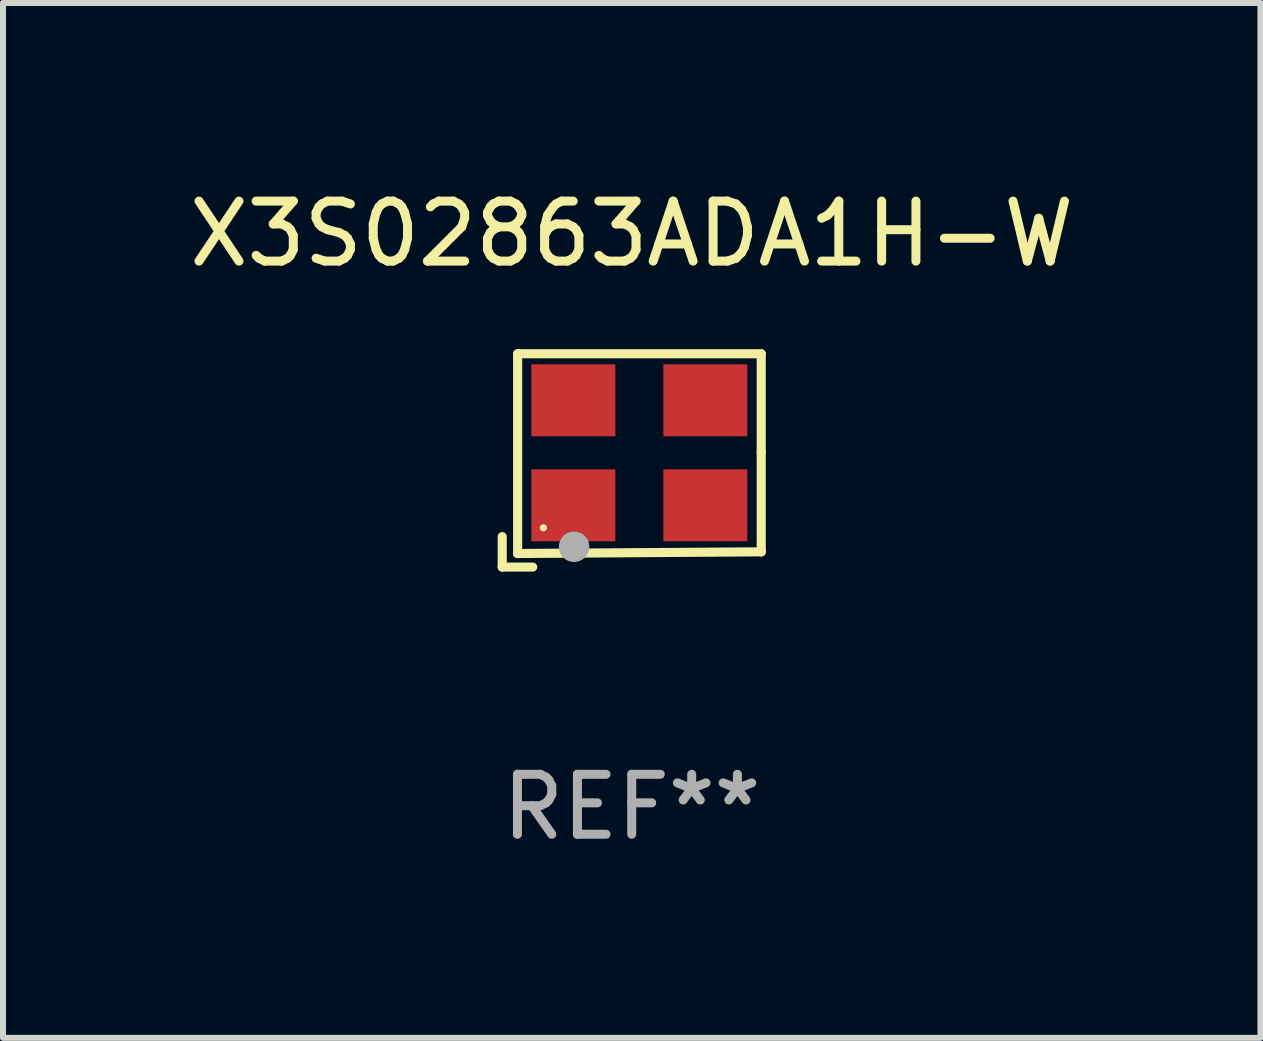
<source format=kicad_pcb>
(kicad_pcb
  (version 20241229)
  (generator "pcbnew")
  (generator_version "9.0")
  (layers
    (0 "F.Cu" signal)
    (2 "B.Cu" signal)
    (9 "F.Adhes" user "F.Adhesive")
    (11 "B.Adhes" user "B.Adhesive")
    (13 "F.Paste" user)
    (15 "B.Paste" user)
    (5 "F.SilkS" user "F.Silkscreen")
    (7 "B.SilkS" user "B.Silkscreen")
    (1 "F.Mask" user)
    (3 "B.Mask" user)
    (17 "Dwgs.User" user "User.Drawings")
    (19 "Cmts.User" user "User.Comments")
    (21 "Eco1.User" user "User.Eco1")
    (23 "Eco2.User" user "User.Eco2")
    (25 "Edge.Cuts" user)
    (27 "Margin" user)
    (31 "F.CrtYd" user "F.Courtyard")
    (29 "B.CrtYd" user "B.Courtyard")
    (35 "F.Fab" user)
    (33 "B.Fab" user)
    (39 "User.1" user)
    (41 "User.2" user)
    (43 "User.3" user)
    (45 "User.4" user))
  (footprint "X3S02863ADA1H-W"
    (layer "F.Cu")
    (at 7.482 4.626)
    (property "Reference" "X3S02863ADA1H-W" (at 0 -3.778 0) (layer "F.SilkS") (effects (font (size 1 1) (thickness 0.15))))
    (attr through_hole)
    (fp_line (start -2.159 1.27) (end -2.159 1.778) (stroke (width 0.152) (type solid)) (layer "F.SilkS"))
    (fp_line (start -2.159 1.778) (end -1.651 1.778) (stroke (width 0.152) (type solid)) (layer "F.SilkS"))
    (fp_line (start -1.902 -1.778) (end 2.159 -1.778) (stroke (width 0.152) (type solid)) (layer "F.SilkS"))
    (fp_line (start -1.902 1.552) (end -1.902 -1.778) (stroke (width 0.152) (type solid)) (layer "F.SilkS"))
    (fp_line (start 2.159 -1.778) (end 2.159 -0.127) (stroke (width 0.152) (type solid)) (layer "F.SilkS"))
    (fp_line (start 2.159 -0.127) (end 2.159 1.524) (stroke (width 0.152) (type solid)) (layer "F.SilkS"))
    (fp_line (start 2.159 1.524) (end -1.902 1.552) (stroke (width 0.152) (type solid)) (layer "F.SilkS"))
    (fp_line (start 2.159 1.524) (end 2.159 1.524) (stroke (width 0.152) (type solid)) (layer "F.SilkS"))
    (fp_circle (center -1.473 1.123) (end -1.443 1.123) (stroke (width 0.06) (type solid)) (fill no) (layer "F.SilkS"))
    (fp_circle (center -0.961 1.44) (end -0.834 1.44) (stroke (width 0.254) (type solid)) (fill no) (layer "F.Fab"))
    (fp_text user "REF**" (at 0 5.778 0) (layer "F.Fab") (effects (font (size 1 1) (thickness 0.15))))
    (pad "1" smd rect (at -0.973 0.748) (size 1.4 1.2) (layers "F.Cu" "F.Mask" "F.Paste"))
    (pad "2" smd rect (at 1.227 0.748) (size 1.4 1.2) (layers "F.Cu" "F.Mask" "F.Paste"))
    (pad "3" smd rect (at 1.227 -1.002) (size 1.4 1.2) (layers "F.Cu" "F.Mask" "F.Paste"))
    (pad "4" smd rect (at -0.973 -1.002) (size 1.4 1.2) (layers "F.Cu" "F.Mask" "F.Paste")))
  (gr_rect
    (start -3 -3)
    (end 17.964 14.253)
    (stroke (width 0.1) (type default))
    (fill no)
    (layer "Edge.Cuts")))
</source>
